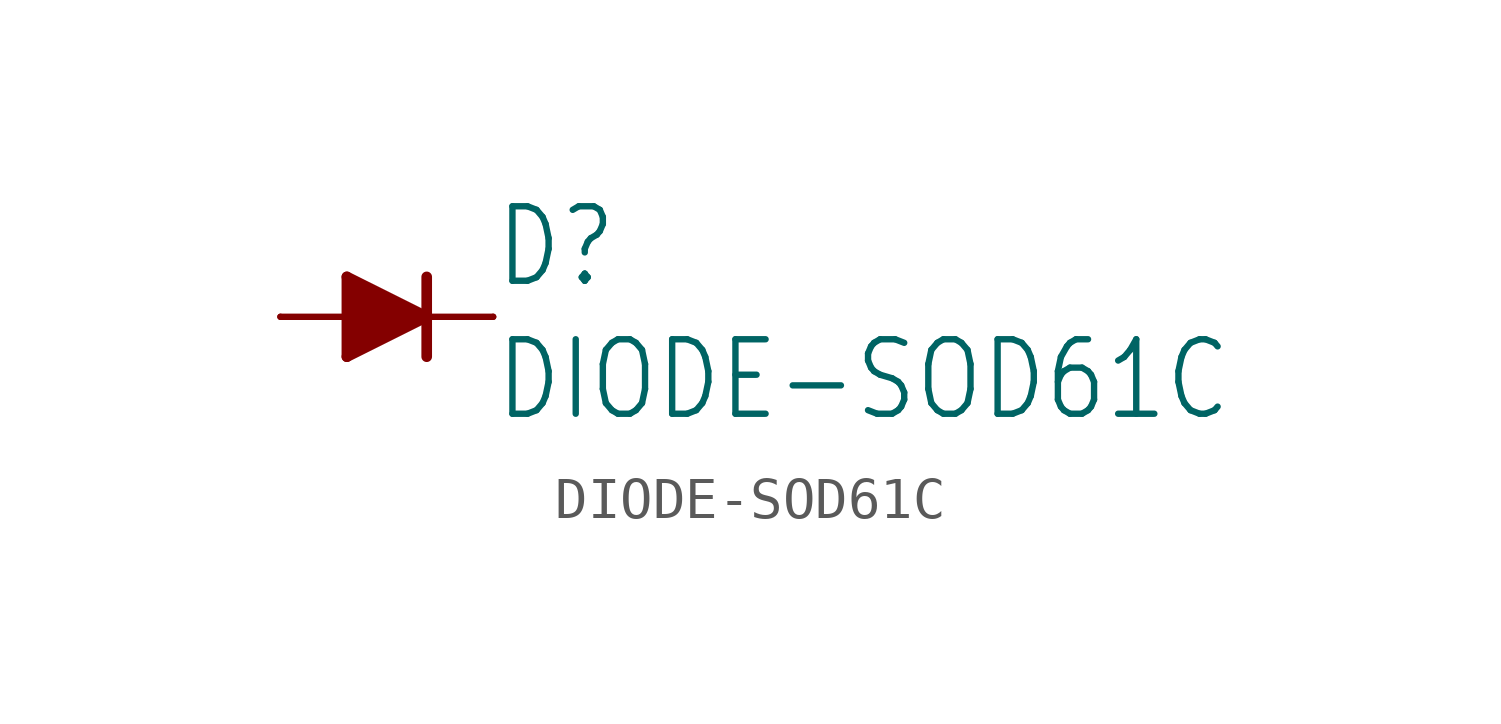
<source format=kicad_sym>
(kicad_symbol_lib
  (version 20211014)
  (generator kicad_symbol_editor)
  (symbol "DIODE-SOD61C"
    (property "Reference" "D"
      (at 2.54 0.635 0)
      (effects (font (size 1.778 1.511)) (justify left bottom)))
    (property "Value" "DIODE-SOD61C"
      (at 2.54 -2.54 0)
      (effects (font (size 1.778 1.511)) (justify left bottom)))
    (property "ki_locked" ""
      (at 0 0 0)
      (effects (font (size 1.27 1.27))))
    (symbol "DIODE-SOD61C_1_0"
      (polyline (pts (xy -0.953 -0.953) (xy 0.953 0)) (stroke (width 0.254) (type default) (color 0 0 0 0)) (fill (type none)))
      (polyline (pts (xy -0.953 0) (xy -2.54 0)) (stroke (width 0.152) (type default) (color 0 0 0 0)) (fill (type none)))
      (polyline (pts (xy -0.953 0) (xy -0.953 -0.953)) (stroke (width 0.254) (type default) (color 0 0 0 0)) (fill (type none)))
      (polyline (pts (xy -0.953 0.953) (xy -0.953 0)) (stroke (width 0.254) (type default) (color 0 0 0 0)) (fill (type none)))
      (polyline (pts (xy 0.953 0) (xy -0.953 0.953)) (stroke (width 0.254) (type default) (color 0 0 0 0)) (fill (type none)))
      (polyline (pts (xy 0.953 0) (xy 0.953 -0.953)) (stroke (width 0.254) (type default) (color 0 0 0 0)) (fill (type none)))
      (polyline (pts (xy 0.953 0) (xy 2.54 0)) (stroke (width 0.152) (type default) (color 0 0 0 0)) (fill (type none)))
      (polyline (pts (xy 0.953 0.953) (xy 0.953 0)) (stroke (width 0.254) (type default) (color 0 0 0 0)) (fill (type none)))
      (polyline (pts (xy -0.953 0.953) (xy 0.953 0) (xy -0.953 -0.953)) (stroke (width 0) (type default) (color 0 0 0 0)) (fill (type outline)))
      (pin passive line (at -2.54 0 0) (length 0) (name "A" (effects (font (size 0 0)))) (number "A" (effects (font (size 0 0)))))
      (pin passive line (at 2.54 0 180) (length 0) (name "C" (effects (font (size 0 0)))) (number "C" (effects (font (size 0 0))))))))
</source>
